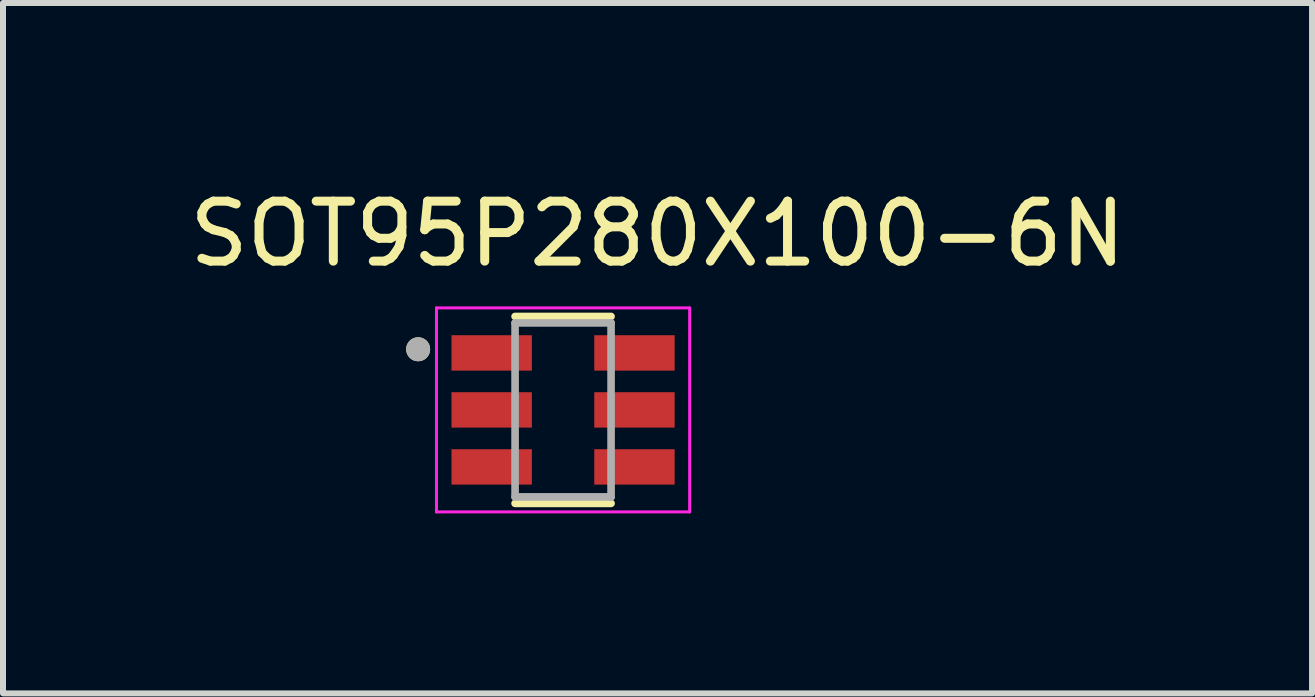
<source format=kicad_pcb>
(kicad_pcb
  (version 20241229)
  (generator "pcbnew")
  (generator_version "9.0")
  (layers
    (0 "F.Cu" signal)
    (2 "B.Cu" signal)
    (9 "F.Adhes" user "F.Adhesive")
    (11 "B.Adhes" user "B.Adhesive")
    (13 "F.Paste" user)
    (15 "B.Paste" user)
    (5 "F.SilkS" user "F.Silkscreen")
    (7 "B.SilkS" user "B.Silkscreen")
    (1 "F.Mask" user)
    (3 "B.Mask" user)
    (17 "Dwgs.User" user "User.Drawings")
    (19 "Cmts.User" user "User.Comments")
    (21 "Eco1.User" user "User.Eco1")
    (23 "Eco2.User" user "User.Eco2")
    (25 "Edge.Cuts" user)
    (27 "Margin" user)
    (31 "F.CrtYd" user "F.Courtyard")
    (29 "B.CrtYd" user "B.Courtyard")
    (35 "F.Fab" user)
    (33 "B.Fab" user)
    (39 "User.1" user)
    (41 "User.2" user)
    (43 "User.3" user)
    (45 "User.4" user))
  (footprint "SOT95P280X100-6N"
    (layer "F.Cu")
    (at 6.336 3.783)
    (property "Reference" "SOT95P280X100-6N" (at 1.575 -2.935 0) (layer "F.SilkS") (effects (font (size 1 1) (thickness 0.15))))
    (attr smd)
    (fp_line (start -0.8 1.558) (end 0.8 1.558) (stroke (width 0.127) (type solid)) (layer "F.SilkS"))
    (fp_line (start 0.8 -1.558) (end -0.8 -1.558) (stroke (width 0.127) (type solid)) (layer "F.SilkS"))
    (fp_circle (center -2.416 -1.011) (end -2.316 -1.011) (stroke (width 0.2) (type solid)) (fill no) (layer "F.SilkS"))
    (fp_line (start -2.11 -1.7) (end 2.11 -1.7) (stroke (width 0.05) (type solid)) (layer "F.CrtYd"))
    (fp_line (start -2.11 1.7) (end -2.11 -1.7) (stroke (width 0.05) (type solid)) (layer "F.CrtYd"))
    (fp_line (start 2.11 -1.7) (end 2.11 1.7) (stroke (width 0.05) (type solid)) (layer "F.CrtYd"))
    (fp_line (start 2.11 1.7) (end -2.11 1.7) (stroke (width 0.05) (type solid)) (layer "F.CrtYd"))
    (fp_line (start -0.8 -1.45) (end 0.8 -1.45) (stroke (width 0.127) (type solid)) (layer "F.Fab"))
    (fp_line (start -0.8 1.45) (end -0.8 -1.45) (stroke (width 0.127) (type solid)) (layer "F.Fab"))
    (fp_line (start 0.8 -1.45) (end 0.8 1.45) (stroke (width 0.127) (type solid)) (layer "F.Fab"))
    (fp_line (start 0.8 1.45) (end -0.8 1.45) (stroke (width 0.127) (type solid)) (layer "F.Fab"))
    (fp_circle (center -2.416 -1.011) (end -2.316 -1.011) (stroke (width 0.2) (type solid)) (fill no) (layer "F.Fab"))
    (pad "1" smd rect (at -1.19 -0.95) (size 1.34 0.59) (layers "F.Cu" "F.Mask" "F.Paste"))
    (pad "2" smd rect (at -1.19 0) (size 1.34 0.59) (layers "F.Cu" "F.Mask" "F.Paste"))
    (pad "3" smd rect (at -1.19 0.95) (size 1.34 0.59) (layers "F.Cu" "F.Mask" "F.Paste"))
    (pad "4" smd rect (at 1.19 0.95) (size 1.34 0.59) (layers "F.Cu" "F.Mask" "F.Paste"))
    (pad "5" smd rect (at 1.19 0) (size 1.34 0.59) (layers "F.Cu" "F.Mask" "F.Paste"))
    (pad "6" smd rect (at 1.19 -0.95) (size 1.34 0.59) (layers "F.Cu" "F.Mask" "F.Paste")))
  (gr_rect
    (start -3 -3)
    (end 18.821 8.508)
    (stroke (width 0.1) (type default))
    (fill no)
    (layer "Edge.Cuts")))
</source>
